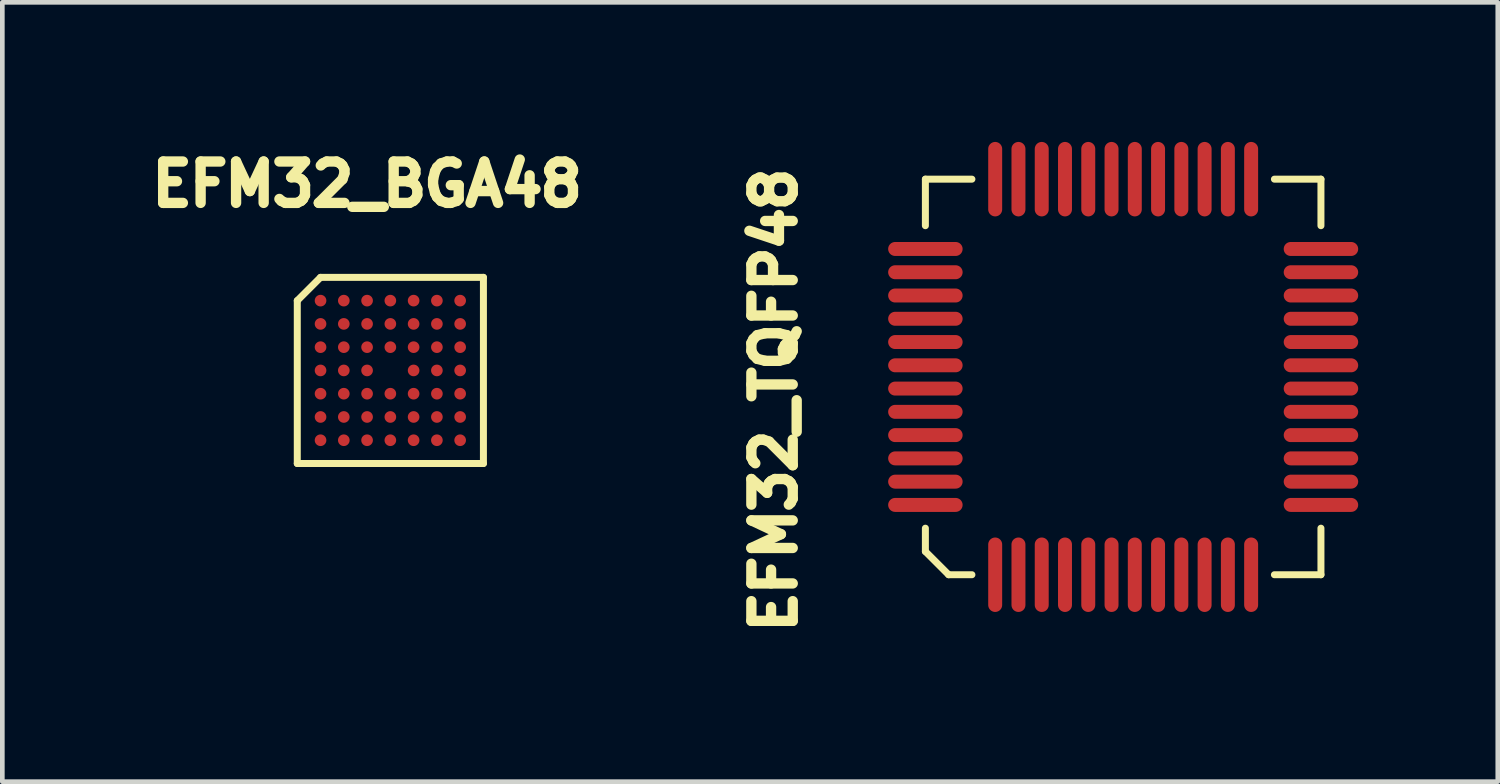
<source format=kicad_pcb>
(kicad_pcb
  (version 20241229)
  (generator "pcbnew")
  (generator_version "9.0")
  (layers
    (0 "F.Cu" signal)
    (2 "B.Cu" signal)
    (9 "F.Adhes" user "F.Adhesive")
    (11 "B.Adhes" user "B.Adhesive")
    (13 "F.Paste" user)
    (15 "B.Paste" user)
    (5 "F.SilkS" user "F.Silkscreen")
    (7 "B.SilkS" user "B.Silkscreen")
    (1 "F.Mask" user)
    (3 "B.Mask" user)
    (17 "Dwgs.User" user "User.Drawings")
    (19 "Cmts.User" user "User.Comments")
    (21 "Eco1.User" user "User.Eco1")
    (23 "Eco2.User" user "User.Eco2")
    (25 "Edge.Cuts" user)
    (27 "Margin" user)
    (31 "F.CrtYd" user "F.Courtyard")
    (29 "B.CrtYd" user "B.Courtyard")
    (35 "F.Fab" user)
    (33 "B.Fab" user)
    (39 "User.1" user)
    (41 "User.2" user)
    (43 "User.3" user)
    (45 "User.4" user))
  (footprint "EFM32_BGA48"
    (layer "F.Cu")
    (at 5.338 4.91)
    (property "Reference" "EFM32_BGA48" (at -0.5 -4 0) (layer "F.SilkS") (effects (font (size 0.889 0.889) (thickness 0.305))))
    (attr through_hole)
    (fp_line (start -2 -1.5) (end -2 2) (stroke (width 0.15) (type solid)) (layer "F.SilkS"))
    (fp_line (start -1.5 -2) (end -2 -1.5) (stroke (width 0.15) (type solid)) (layer "F.SilkS"))
    (fp_line (start 2 -2) (end -1.5 -2) (stroke (width 0.15) (type solid)) (layer "F.SilkS"))
    (fp_line (start 2 -2) (end 2 2) (stroke (width 0.15) (type solid)) (layer "F.SilkS"))
    (fp_line (start 2 2) (end -2 2) (stroke (width 0.15) (type solid)) (layer "F.SilkS"))
    (pad "A1" smd circle (at -1.5 -1.5 180) (size 0.25 0.25) (layers "F.Cu" "F.Mask" "F.Paste"))
    (pad "A2" smd circle (at -1 -1.5 180) (size 0.25 0.25) (layers "F.Cu" "F.Mask" "F.Paste"))
    (pad "A3" smd circle (at -0.5 -1.5 180) (size 0.25 0.25) (layers "F.Cu" "F.Mask" "F.Paste"))
    (pad "A4" smd circle (at 0 -1.5 180) (size 0.25 0.25) (layers "F.Cu" "F.Mask" "F.Paste"))
    (pad "A5" smd circle (at 0.5 -1.5 180) (size 0.25 0.25) (layers "F.Cu" "F.Mask" "F.Paste"))
    (pad "A6" smd circle (at 1 -1.5 180) (size 0.25 0.25) (layers "F.Cu" "F.Mask" "F.Paste"))
    (pad "A7" smd circle (at 1.5 -1.5 180) (size 0.25 0.25) (layers "F.Cu" "F.Mask" "F.Paste"))
    (pad "B1" smd circle (at -1.5 -1 90) (size 0.25 0.25) (layers "F.Cu" "F.Mask" "F.Paste"))
    (pad "B2" smd circle (at -1 -1 180) (size 0.25 0.25) (layers "F.Cu" "F.Mask" "F.Paste"))
    (pad "B3" smd circle (at -0.5 -1 180) (size 0.25 0.25) (layers "F.Cu" "F.Mask" "F.Paste"))
    (pad "B4" smd circle (at 0 -1 180) (size 0.25 0.25) (layers "F.Cu" "F.Mask" "F.Paste"))
    (pad "B5" smd circle (at 0.5 -1 180) (size 0.25 0.25) (layers "F.Cu" "F.Mask" "F.Paste"))
    (pad "B6" smd circle (at 1 -1 180) (size 0.25 0.25) (layers "F.Cu" "F.Mask" "F.Paste"))
    (pad "B7" smd circle (at 1.5 -1 270) (size 0.25 0.25) (layers "F.Cu" "F.Mask" "F.Paste"))
    (pad "C1" smd circle (at -1.5 -0.5 90) (size 0.25 0.25) (layers "F.Cu" "F.Mask" "F.Paste"))
    (pad "C2" smd circle (at -1 -0.5 90) (size 0.25 0.25) (layers "F.Cu" "F.Mask" "F.Paste"))
    (pad "C3" smd circle (at -0.5 -0.5 180) (size 0.25 0.25) (layers "F.Cu" "F.Mask" "F.Paste"))
    (pad "C4" smd circle (at 0 -0.5 180) (size 0.25 0.25) (layers "F.Cu" "F.Mask" "F.Paste"))
    (pad "C5" smd circle (at 0.5 -0.5 180) (size 0.25 0.25) (layers "F.Cu" "F.Mask" "F.Paste"))
    (pad "C6" smd circle (at 1 -0.5 270) (size 0.25 0.25) (layers "F.Cu" "F.Mask" "F.Paste"))
    (pad "C7" smd circle (at 1.5 -0.5 270) (size 0.25 0.25) (layers "F.Cu" "F.Mask" "F.Paste"))
    (pad "D1" smd circle (at -1.5 0 90) (size 0.25 0.25) (layers "F.Cu" "F.Mask" "F.Paste"))
    (pad "D2" smd circle (at -1 0 90) (size 0.25 0.25) (layers "F.Cu" "F.Mask" "F.Paste"))
    (pad "D3" smd circle (at -0.5 0 90) (size 0.25 0.25) (layers "F.Cu" "F.Mask" "F.Paste"))
    (pad "D5" smd circle (at 0.5 0 270) (size 0.25 0.25) (layers "F.Cu" "F.Mask" "F.Paste"))
    (pad "D6" smd circle (at 1 0 270) (size 0.25 0.25) (layers "F.Cu" "F.Mask" "F.Paste"))
    (pad "D7" smd circle (at 1.5 0 270) (size 0.25 0.25) (layers "F.Cu" "F.Mask" "F.Paste"))
    (pad "E1" smd circle (at -1.5 0.5 90) (size 0.25 0.25) (layers "F.Cu" "F.Mask" "F.Paste"))
    (pad "E2" smd circle (at -1 0.5 90) (size 0.25 0.25) (layers "F.Cu" "F.Mask" "F.Paste"))
    (pad "E3" smd circle (at -0.5 0.5 90) (size 0.25 0.25) (layers "F.Cu" "F.Mask" "F.Paste"))
    (pad "E4" smd circle (at 0 0.5) (size 0.25 0.25) (layers "F.Cu" "F.Mask" "F.Paste"))
    (pad "E5" smd circle (at 0.5 0.5 180) (size 0.25 0.25) (layers "F.Cu" "F.Mask" "F.Paste"))
    (pad "E6" smd circle (at 1 0.5 270) (size 0.25 0.25) (layers "F.Cu" "F.Mask" "F.Paste"))
    (pad "E7" smd circle (at 1.5 0.5 270) (size 0.25 0.25) (layers "F.Cu" "F.Mask" "F.Paste"))
    (pad "F1" smd circle (at -1.5 1 90) (size 0.25 0.25) (layers "F.Cu" "F.Mask" "F.Paste"))
    (pad "F2" smd circle (at -1 1 90) (size 0.25 0.25) (layers "F.Cu" "F.Mask" "F.Paste"))
    (pad "F3" smd circle (at -0.5 1) (size 0.25 0.25) (layers "F.Cu" "F.Mask" "F.Paste"))
    (pad "F4" smd circle (at 0 1) (size 0.25 0.25) (layers "F.Cu" "F.Mask" "F.Paste"))
    (pad "F5" smd circle (at 0.5 1) (size 0.25 0.25) (layers "F.Cu" "F.Mask" "F.Paste"))
    (pad "F6" smd circle (at 1 1 180) (size 0.25 0.25) (layers "F.Cu" "F.Mask" "F.Paste"))
    (pad "F7" smd circle (at 1.5 1 270) (size 0.25 0.25) (layers "F.Cu" "F.Mask" "F.Paste"))
    (pad "G1" smd circle (at -1.5 1.5 90) (size 0.25 0.25) (layers "F.Cu" "F.Mask" "F.Paste"))
    (pad "G2" smd circle (at -1 1.5) (size 0.25 0.25) (layers "F.Cu" "F.Mask" "F.Paste"))
    (pad "G3" smd circle (at -0.5 1.5) (size 0.25 0.25) (layers "F.Cu" "F.Mask" "F.Paste"))
    (pad "G4" smd circle (at 0 1.5) (size 0.25 0.25) (layers "F.Cu" "F.Mask" "F.Paste"))
    (pad "G5" smd circle (at 0.5 1.5) (size 0.25 0.25) (layers "F.Cu" "F.Mask" "F.Paste"))
    (pad "G6" smd circle (at 1 1.5) (size 0.25 0.25) (layers "F.Cu" "F.Mask" "F.Paste"))
    (pad "G7" smd circle (at 1.5 1.5 180) (size 0.25 0.25) (layers "F.Cu" "F.Mask" "F.Paste")))
  (footprint "EFM32_TQFP48"
    (layer "F.Cu")
    (at 21.085 5.05)
    (property "Reference" "EFM32_TQFP48" (at -7.5 0.5 270) (layer "F.SilkS") (effects (font (size 0.889 0.889) (thickness 0.305))))
    (attr through_hole)
    (fp_line (start -4.25 -4.25) (end -4.25 -3.25) (stroke (width 0.15) (type solid)) (layer "F.SilkS"))
    (fp_line (start -4.25 3.25) (end -4.25 3.75) (stroke (width 0.15) (type solid)) (layer "F.SilkS"))
    (fp_line (start -4.25 3.75) (end -3.75 4.25) (stroke (width 0.15) (type solid)) (layer "F.SilkS"))
    (fp_line (start -3.75 4.25) (end -3.25 4.25) (stroke (width 0.15) (type solid)) (layer "F.SilkS"))
    (fp_line (start -3.25 -4.25) (end -4.25 -4.25) (stroke (width 0.15) (type solid)) (layer "F.SilkS"))
    (fp_line (start 4.25 -4.25) (end 3.25 -4.25) (stroke (width 0.15) (type solid)) (layer "F.SilkS"))
    (fp_line (start 4.25 -3.25) (end 4.25 -4.25) (stroke (width 0.15) (type solid)) (layer "F.SilkS"))
    (fp_line (start 4.25 3.25) (end 4.25 4.25) (stroke (width 0.15) (type solid)) (layer "F.SilkS"))
    (fp_line (start 4.25 4.25) (end 3.25 4.25) (stroke (width 0.15) (type solid)) (layer "F.SilkS"))
    (pad "1" smd oval (at -2.75 4.25) (size 0.3 1.6) (layers "F.Cu" "F.Mask" "F.Paste"))
    (pad "2" smd oval (at -2.25 4.25) (size 0.3 1.6) (layers "F.Cu" "F.Mask" "F.Paste"))
    (pad "3" smd oval (at -1.75 4.25) (size 0.3 1.6) (layers "F.Cu" "F.Mask" "F.Paste"))
    (pad "4" smd oval (at -1.25 4.25) (size 0.3 1.6) (layers "F.Cu" "F.Mask" "F.Paste"))
    (pad "5" smd oval (at -0.75 4.25) (size 0.3 1.6) (layers "F.Cu" "F.Mask" "F.Paste"))
    (pad "6" smd oval (at -0.25 4.25) (size 0.3 1.6) (layers "F.Cu" "F.Mask" "F.Paste"))
    (pad "7" smd oval (at 0.25 4.25) (size 0.3 1.6) (layers "F.Cu" "F.Mask" "F.Paste"))
    (pad "8" smd oval (at 0.75 4.25) (size 0.3 1.6) (layers "F.Cu" "F.Mask" "F.Paste"))
    (pad "9" smd oval (at 1.25 4.25) (size 0.3 1.6) (layers "F.Cu" "F.Mask" "F.Paste"))
    (pad "10" smd oval (at 1.75 4.25) (size 0.3 1.6) (layers "F.Cu" "F.Mask" "F.Paste"))
    (pad "11" smd oval (at 2.25 4.25) (size 0.3 1.6) (layers "F.Cu" "F.Mask" "F.Paste"))
    (pad "12" smd oval (at 2.75 4.25) (size 0.3 1.6) (layers "F.Cu" "F.Mask" "F.Paste"))
    (pad "13" smd oval (at 4.25 2.75 270) (size 0.3 1.6) (layers "F.Cu" "F.Mask" "F.Paste"))
    (pad "14" smd oval (at 4.25 2.25 270) (size 0.3 1.6) (layers "F.Cu" "F.Mask" "F.Paste"))
    (pad "15" smd oval (at 4.25 1.75 270) (size 0.3 1.6) (layers "F.Cu" "F.Mask" "F.Paste"))
    (pad "16" smd oval (at 4.25 1.25 270) (size 0.3 1.6) (layers "F.Cu" "F.Mask" "F.Paste"))
    (pad "17" smd oval (at 4.25 0.75 270) (size 0.3 1.6) (layers "F.Cu" "F.Mask" "F.Paste"))
    (pad "18" smd oval (at 4.25 0.25 270) (size 0.3 1.6) (layers "F.Cu" "F.Mask" "F.Paste"))
    (pad "19" smd oval (at 4.25 -0.25 270) (size 0.3 1.6) (layers "F.Cu" "F.Mask" "F.Paste"))
    (pad "20" smd oval (at 4.25 -0.75 270) (size 0.3 1.6) (layers "F.Cu" "F.Mask" "F.Paste"))
    (pad "21" smd oval (at 4.25 -1.25 270) (size 0.3 1.6) (layers "F.Cu" "F.Mask" "F.Paste"))
    (pad "22" smd oval (at 4.25 -1.75 270) (size 0.3 1.6) (layers "F.Cu" "F.Mask" "F.Paste"))
    (pad "23" smd oval (at 4.25 -2.25 270) (size 0.3 1.6) (layers "F.Cu" "F.Mask" "F.Paste"))
    (pad "24" smd oval (at 4.25 -2.75 270) (size 0.3 1.6) (layers "F.Cu" "F.Mask" "F.Paste"))
    (pad "25" smd oval (at 2.75 -4.25 180) (size 0.3 1.6) (layers "F.Cu" "F.Mask" "F.Paste"))
    (pad "26" smd oval (at 2.25 -4.25 180) (size 0.3 1.6) (layers "F.Cu" "F.Mask" "F.Paste"))
    (pad "27" smd oval (at 1.75 -4.25 180) (size 0.3 1.6) (layers "F.Cu" "F.Mask" "F.Paste"))
    (pad "28" smd oval (at 1.25 -4.25 180) (size 0.3 1.6) (layers "F.Cu" "F.Mask" "F.Paste"))
    (pad "29" smd oval (at 0.75 -4.25 180) (size 0.3 1.6) (layers "F.Cu" "F.Mask" "F.Paste"))
    (pad "30" smd oval (at 0.25 -4.25 180) (size 0.3 1.6) (layers "F.Cu" "F.Mask" "F.Paste"))
    (pad "31" smd oval (at -0.25 -4.25 180) (size 0.3 1.6) (layers "F.Cu" "F.Mask" "F.Paste"))
    (pad "32" smd oval (at -0.75 -4.25 180) (size 0.3 1.6) (layers "F.Cu" "F.Mask" "F.Paste"))
    (pad "33" smd oval (at -1.25 -4.25 180) (size 0.3 1.6) (layers "F.Cu" "F.Mask" "F.Paste"))
    (pad "34" smd oval (at -1.75 -4.25 180) (size 0.3 1.6) (layers "F.Cu" "F.Mask" "F.Paste"))
    (pad "35" smd oval (at -2.25 -4.25 180) (size 0.3 1.6) (layers "F.Cu" "F.Mask" "F.Paste"))
    (pad "36" smd oval (at -2.75 -4.25 180) (size 0.3 1.6) (layers "F.Cu" "F.Mask" "F.Paste"))
    (pad "37" smd oval (at -4.25 -2.75 90) (size 0.3 1.6) (layers "F.Cu" "F.Mask" "F.Paste"))
    (pad "38" smd oval (at -4.25 -2.25 90) (size 0.3 1.6) (layers "F.Cu" "F.Mask" "F.Paste"))
    (pad "39" smd oval (at -4.25 -1.75 90) (size 0.3 1.6) (layers "F.Cu" "F.Mask" "F.Paste"))
    (pad "40" smd oval (at -4.25 -1.25 90) (size 0.3 1.6) (layers "F.Cu" "F.Mask" "F.Paste"))
    (pad "41" smd oval (at -4.25 -0.75 90) (size 0.3 1.6) (layers "F.Cu" "F.Mask" "F.Paste"))
    (pad "42" smd oval (at -4.25 -0.25 90) (size 0.3 1.6) (layers "F.Cu" "F.Mask" "F.Paste"))
    (pad "43" smd oval (at -4.25 0.25 90) (size 0.3 1.6) (layers "F.Cu" "F.Mask" "F.Paste"))
    (pad "44" smd oval (at -4.25 0.75 90) (size 0.3 1.6) (layers "F.Cu" "F.Mask" "F.Paste"))
    (pad "45" smd oval (at -4.25 1.25 90) (size 0.3 1.6) (layers "F.Cu" "F.Mask" "F.Paste"))
    (pad "46" smd oval (at -4.25 1.75 90) (size 0.3 1.6) (layers "F.Cu" "F.Mask" "F.Paste"))
    (pad "47" smd oval (at -4.25 2.25 90) (size 0.3 1.6) (layers "F.Cu" "F.Mask" "F.Paste"))
    (pad "48" smd oval (at -4.25 2.75 90) (size 0.3 1.6) (layers "F.Cu" "F.Mask" "F.Paste")))
  (gr_rect
    (start -3 -3)
    (end 29.135 13.747)
    (stroke (width 0.1) (type default))
    (fill no)
    (layer "Edge.Cuts")))
</source>
